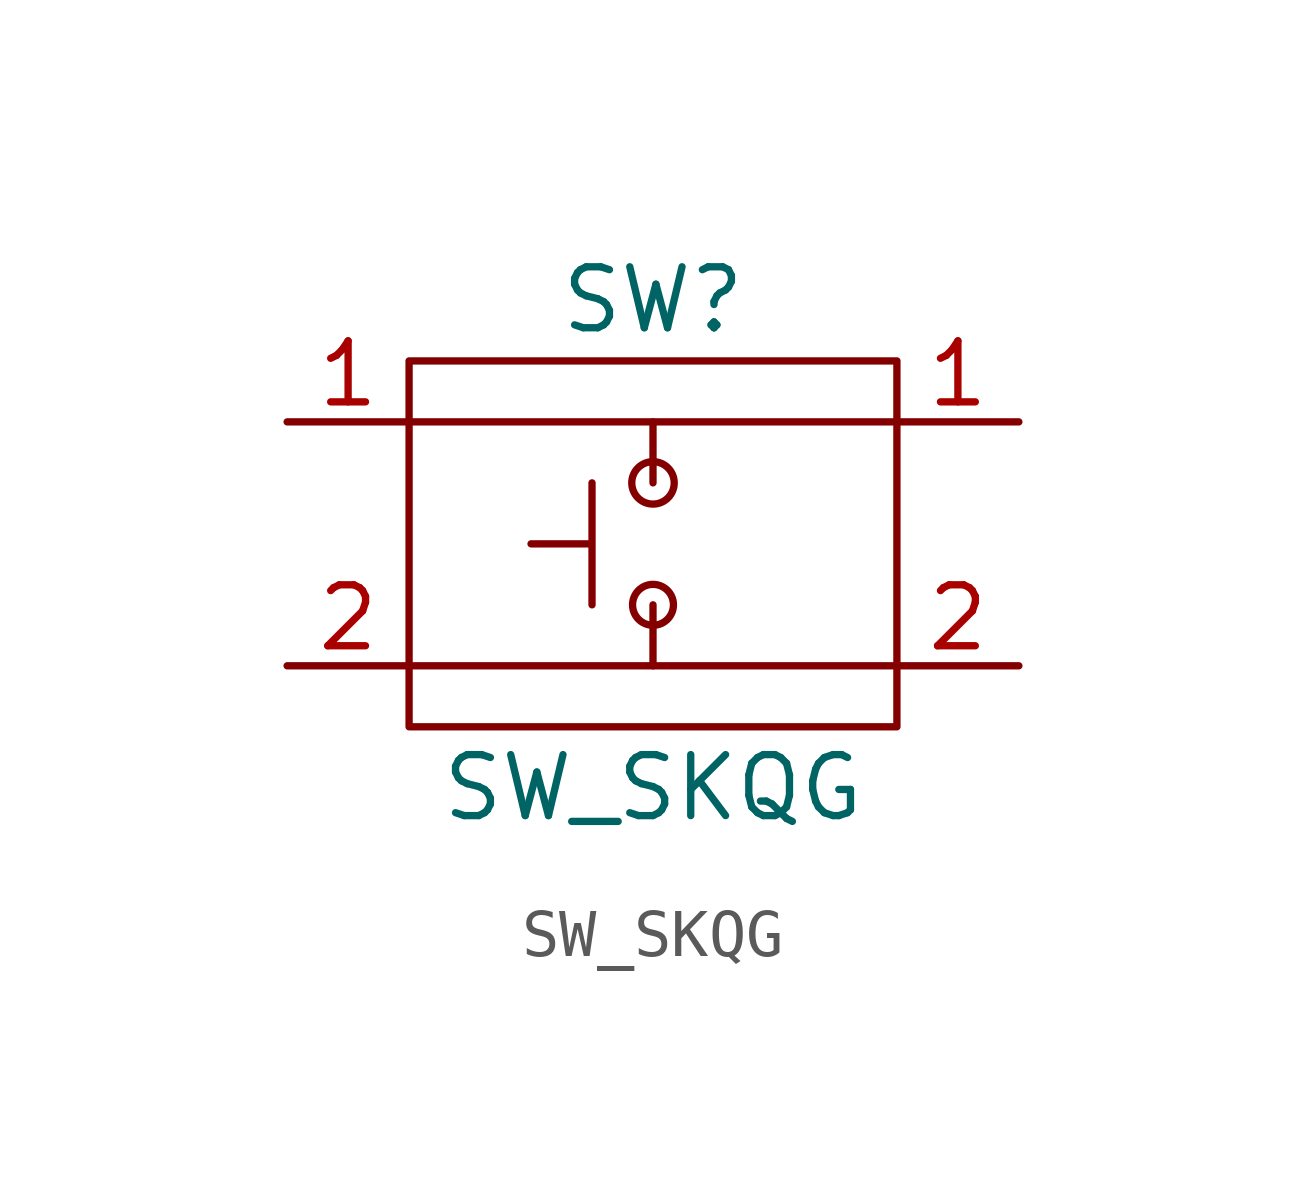
<source format=kicad_sym>
(kicad_symbol_lib
  (version 20220914)
  (generator kicad_symbol_editor)
  (symbol "SW_SKQG"
    (property "Reference" "SW"
      (at 0 5.08 0)
      (effects (font (size 1.27 1.27))))
    (property "Value" "SW_SKQG"
      (at 0 -5.08 0)
      (effects (font (size 1.27 1.27))))
    (symbol "SW_SKQG_0_1"
      (rectangle (start -5.08 3.81) (end 5.08 -3.81) (stroke (width 0) (type default)) (fill (type none)))
      (circle (center 0 -1.27) (radius 0.426) (stroke (width 0) (type default)) (fill (type none)))
      (polyline (pts (xy -5.08 -2.54) (xy 5.08 -2.54)) (stroke (width 0) (type default)) (fill (type none)))
      (polyline (pts (xy -5.08 2.54) (xy 5.08 2.54)) (stroke (width 0) (type default)) (fill (type none)))
      (polyline (pts (xy 0 -2.54) (xy 0 -1.27)) (stroke (width 0) (type default)) (fill (type none)))
      (polyline (pts (xy 0 2.54) (xy 0 1.27)) (stroke (width 0) (type default)) (fill (type none)))
      (polyline (pts (xy -2.54 0) (xy -1.27 0) (xy -1.27 1.27) (xy -1.27 -1.27)) (stroke (width 0) (type default)) (fill (type none)))
      (circle (center 0 1.27) (radius 0.442) (stroke (width 0) (type default)) (fill (type none))))
    (symbol "SW_SKQG_1_1"
      (pin passive line (at -7.62 2.54 0) (length 2.54) (name "" (effects (font (size 1.27 1.27)))) (number "1" (effects (font (size 1.27 1.27)))))
      (pin passive line (at 7.62 2.54 180) (length 2.54) (name "" (effects (font (size 1.27 1.27)))) (number "1" (effects (font (size 1.27 1.27)))))
      (pin passive line (at -7.62 -2.54 0) (length 2.54) (name "" (effects (font (size 1.27 1.27)))) (number "2" (effects (font (size 1.27 1.27)))))
      (pin passive line (at 7.62 -2.54 180) (length 2.54) (name "" (effects (font (size 1.27 1.27)))) (number "2" (effects (font (size 1.27 1.27))))))))
</source>
